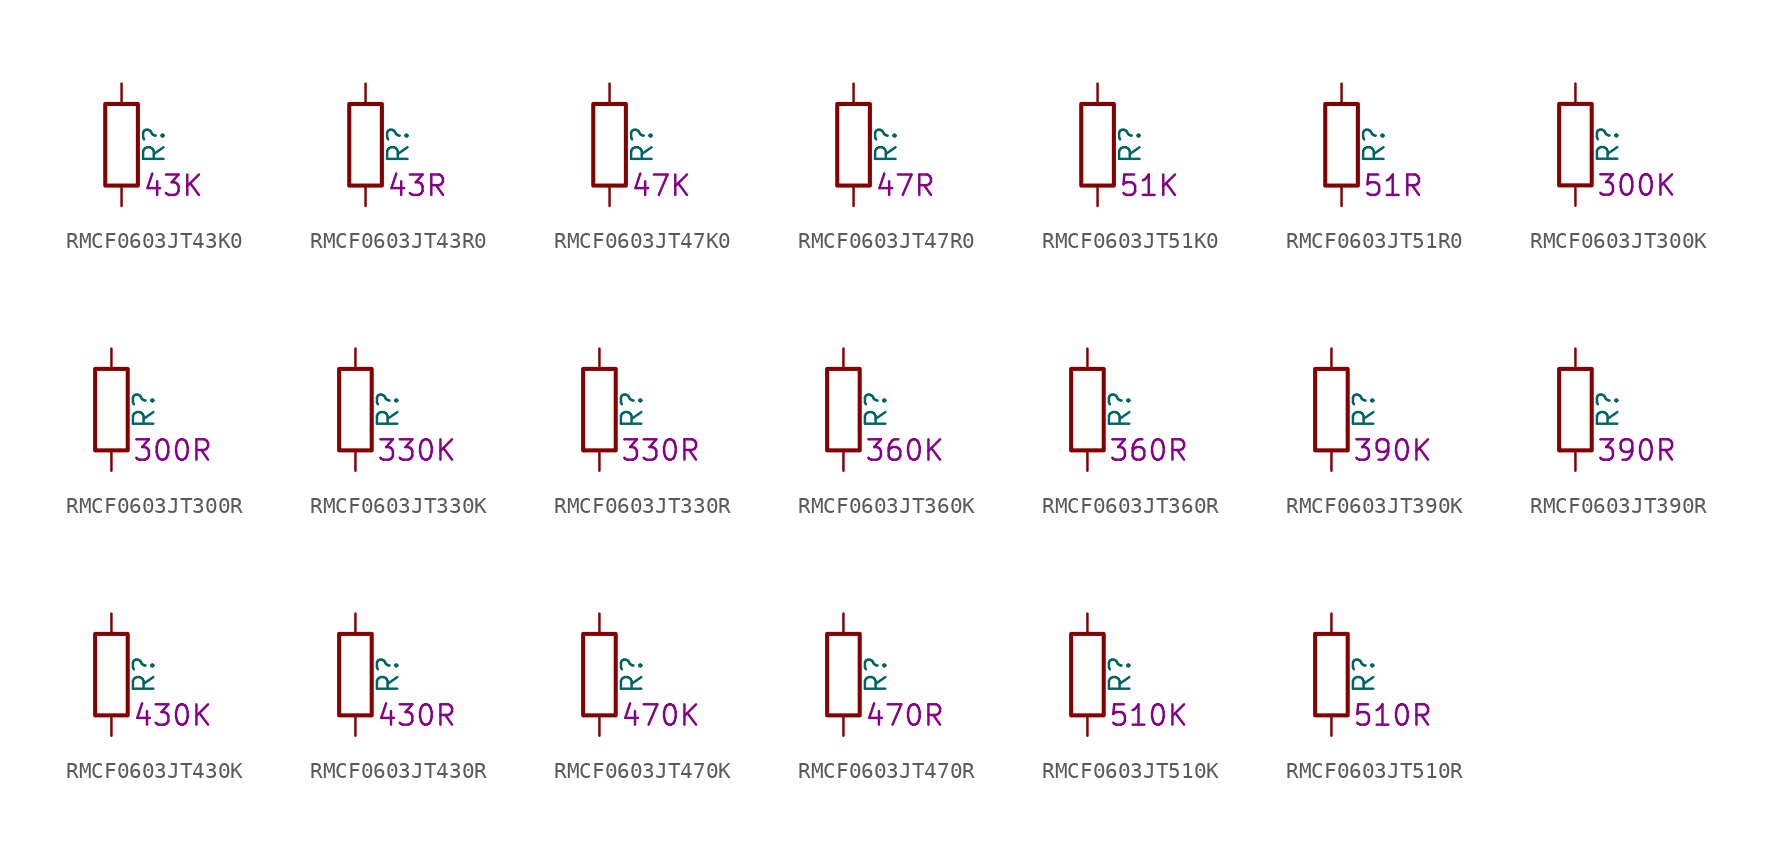
<source format=kicad_sym>
(kicad_symbol_lib
  (version 20220914)
  (generator kicad_symbol_editor)
  (symbol "RMCF0603JT43K0"
    (pin_numbers hide)
    (pin_names
      (offset 0))
    (property "Reference" "R"
      (at 2.032 0 90)
      (effects (font (size 1.27 1.27))))
    (property "Resistance" "43K"
      (at 1.27 -2.54 0)
      (effects (font (size 1.27 1.27)) (justify left)))
    (symbol "RMCF0603JT43K0_0_1"
      (rectangle (start -1.016 -2.54) (end 1.016 2.54) (stroke (width 0.254) (type default)) (fill (type none))))
    (symbol "RMCF0603JT43K0_1_1"
      (pin passive line (at 0 3.81 270) (length 1.27) (name "~" (effects (font (size 1.27 1.27)))) (number "1" (effects (font (size 1.27 1.27)))))
      (pin passive line (at 0 -3.81 90) (length 1.27) (name "~" (effects (font (size 1.27 1.27)))) (number "2" (effects (font (size 1.27 1.27)))))))
  (symbol "RMCF0603JT43R0"
    (pin_numbers hide)
    (pin_names
      (offset 0))
    (property "Reference" "R"
      (at 2.032 0 90)
      (effects (font (size 1.27 1.27))))
    (property "Resistance" "43R"
      (at 1.27 -2.54 0)
      (effects (font (size 1.27 1.27)) (justify left)))
    (symbol "RMCF0603JT43R0_0_1"
      (rectangle (start -1.016 -2.54) (end 1.016 2.54) (stroke (width 0.254) (type default)) (fill (type none))))
    (symbol "RMCF0603JT43R0_1_1"
      (pin passive line (at 0 3.81 270) (length 1.27) (name "~" (effects (font (size 1.27 1.27)))) (number "1" (effects (font (size 1.27 1.27)))))
      (pin passive line (at 0 -3.81 90) (length 1.27) (name "~" (effects (font (size 1.27 1.27)))) (number "2" (effects (font (size 1.27 1.27)))))))
  (symbol "RMCF0603JT47K0"
    (pin_numbers hide)
    (pin_names
      (offset 0))
    (property "Reference" "R"
      (at 2.032 0 90)
      (effects (font (size 1.27 1.27))))
    (property "Resistance" "47K"
      (at 1.27 -2.54 0)
      (effects (font (size 1.27 1.27)) (justify left)))
    (symbol "RMCF0603JT47K0_0_1"
      (rectangle (start -1.016 -2.54) (end 1.016 2.54) (stroke (width 0.254) (type default)) (fill (type none))))
    (symbol "RMCF0603JT47K0_1_1"
      (pin passive line (at 0 3.81 270) (length 1.27) (name "~" (effects (font (size 1.27 1.27)))) (number "1" (effects (font (size 1.27 1.27)))))
      (pin passive line (at 0 -3.81 90) (length 1.27) (name "~" (effects (font (size 1.27 1.27)))) (number "2" (effects (font (size 1.27 1.27)))))))
  (symbol "RMCF0603JT47R0"
    (pin_numbers hide)
    (pin_names
      (offset 0))
    (property "Reference" "R"
      (at 2.032 0 90)
      (effects (font (size 1.27 1.27))))
    (property "Resistance" "47R"
      (at 1.27 -2.54 0)
      (effects (font (size 1.27 1.27)) (justify left)))
    (symbol "RMCF0603JT47R0_0_1"
      (rectangle (start -1.016 -2.54) (end 1.016 2.54) (stroke (width 0.254) (type default)) (fill (type none))))
    (symbol "RMCF0603JT47R0_1_1"
      (pin passive line (at 0 3.81 270) (length 1.27) (name "~" (effects (font (size 1.27 1.27)))) (number "1" (effects (font (size 1.27 1.27)))))
      (pin passive line (at 0 -3.81 90) (length 1.27) (name "~" (effects (font (size 1.27 1.27)))) (number "2" (effects (font (size 1.27 1.27)))))))
  (symbol "RMCF0603JT51K0"
    (pin_numbers hide)
    (pin_names
      (offset 0))
    (property "Reference" "R"
      (at 2.032 0 90)
      (effects (font (size 1.27 1.27))))
    (property "Resistance" "51K"
      (at 1.27 -2.54 0)
      (effects (font (size 1.27 1.27)) (justify left)))
    (symbol "RMCF0603JT51K0_0_1"
      (rectangle (start -1.016 -2.54) (end 1.016 2.54) (stroke (width 0.254) (type default)) (fill (type none))))
    (symbol "RMCF0603JT51K0_1_1"
      (pin passive line (at 0 3.81 270) (length 1.27) (name "~" (effects (font (size 1.27 1.27)))) (number "1" (effects (font (size 1.27 1.27)))))
      (pin passive line (at 0 -3.81 90) (length 1.27) (name "~" (effects (font (size 1.27 1.27)))) (number "2" (effects (font (size 1.27 1.27)))))))
  (symbol "RMCF0603JT51R0"
    (pin_numbers hide)
    (pin_names
      (offset 0))
    (property "Reference" "R"
      (at 2.032 0 90)
      (effects (font (size 1.27 1.27))))
    (property "Resistance" "51R"
      (at 1.27 -2.54 0)
      (effects (font (size 1.27 1.27)) (justify left)))
    (symbol "RMCF0603JT51R0_0_1"
      (rectangle (start -1.016 -2.54) (end 1.016 2.54) (stroke (width 0.254) (type default)) (fill (type none))))
    (symbol "RMCF0603JT51R0_1_1"
      (pin passive line (at 0 3.81 270) (length 1.27) (name "~" (effects (font (size 1.27 1.27)))) (number "1" (effects (font (size 1.27 1.27)))))
      (pin passive line (at 0 -3.81 90) (length 1.27) (name "~" (effects (font (size 1.27 1.27)))) (number "2" (effects (font (size 1.27 1.27)))))))
  (symbol "RMCF0603JT300K"
    (pin_numbers hide)
    (pin_names
      (offset 0))
    (property "Reference" "R"
      (at 2.032 0 90)
      (effects (font (size 1.27 1.27))))
    (property "Resistance" "300K"
      (at 1.27 -2.54 0)
      (effects (font (size 1.27 1.27)) (justify left)))
    (symbol "RMCF0603JT300K_0_1"
      (rectangle (start -1.016 -2.54) (end 1.016 2.54) (stroke (width 0.254) (type default)) (fill (type none))))
    (symbol "RMCF0603JT300K_1_1"
      (pin passive line (at 0 3.81 270) (length 1.27) (name "~" (effects (font (size 1.27 1.27)))) (number "1" (effects (font (size 1.27 1.27)))))
      (pin passive line (at 0 -3.81 90) (length 1.27) (name "~" (effects (font (size 1.27 1.27)))) (number "2" (effects (font (size 1.27 1.27)))))))
  (symbol "RMCF0603JT300R"
    (pin_numbers hide)
    (pin_names
      (offset 0))
    (property "Reference" "R"
      (at 2.032 0 90)
      (effects (font (size 1.27 1.27))))
    (property "Resistance" "300R"
      (at 1.27 -2.54 0)
      (effects (font (size 1.27 1.27)) (justify left)))
    (symbol "RMCF0603JT300R_0_1"
      (rectangle (start -1.016 -2.54) (end 1.016 2.54) (stroke (width 0.254) (type default)) (fill (type none))))
    (symbol "RMCF0603JT300R_1_1"
      (pin passive line (at 0 3.81 270) (length 1.27) (name "~" (effects (font (size 1.27 1.27)))) (number "1" (effects (font (size 1.27 1.27)))))
      (pin passive line (at 0 -3.81 90) (length 1.27) (name "~" (effects (font (size 1.27 1.27)))) (number "2" (effects (font (size 1.27 1.27)))))))
  (symbol "RMCF0603JT330K"
    (pin_numbers hide)
    (pin_names
      (offset 0))
    (property "Reference" "R"
      (at 2.032 0 90)
      (effects (font (size 1.27 1.27))))
    (property "Resistance" "330K"
      (at 1.27 -2.54 0)
      (effects (font (size 1.27 1.27)) (justify left)))
    (symbol "RMCF0603JT330K_0_1"
      (rectangle (start -1.016 -2.54) (end 1.016 2.54) (stroke (width 0.254) (type default)) (fill (type none))))
    (symbol "RMCF0603JT330K_1_1"
      (pin passive line (at 0 3.81 270) (length 1.27) (name "~" (effects (font (size 1.27 1.27)))) (number "1" (effects (font (size 1.27 1.27)))))
      (pin passive line (at 0 -3.81 90) (length 1.27) (name "~" (effects (font (size 1.27 1.27)))) (number "2" (effects (font (size 1.27 1.27)))))))
  (symbol "RMCF0603JT330R"
    (pin_numbers hide)
    (pin_names
      (offset 0))
    (property "Reference" "R"
      (at 2.032 0 90)
      (effects (font (size 1.27 1.27))))
    (property "Resistance" "330R"
      (at 1.27 -2.54 0)
      (effects (font (size 1.27 1.27)) (justify left)))
    (symbol "RMCF0603JT330R_0_1"
      (rectangle (start -1.016 -2.54) (end 1.016 2.54) (stroke (width 0.254) (type default)) (fill (type none))))
    (symbol "RMCF0603JT330R_1_1"
      (pin passive line (at 0 3.81 270) (length 1.27) (name "~" (effects (font (size 1.27 1.27)))) (number "1" (effects (font (size 1.27 1.27)))))
      (pin passive line (at 0 -3.81 90) (length 1.27) (name "~" (effects (font (size 1.27 1.27)))) (number "2" (effects (font (size 1.27 1.27)))))))
  (symbol "RMCF0603JT360K"
    (pin_numbers hide)
    (pin_names
      (offset 0))
    (property "Reference" "R"
      (at 2.032 0 90)
      (effects (font (size 1.27 1.27))))
    (property "Resistance" "360K"
      (at 1.27 -2.54 0)
      (effects (font (size 1.27 1.27)) (justify left)))
    (symbol "RMCF0603JT360K_0_1"
      (rectangle (start -1.016 -2.54) (end 1.016 2.54) (stroke (width 0.254) (type default)) (fill (type none))))
    (symbol "RMCF0603JT360K_1_1"
      (pin passive line (at 0 3.81 270) (length 1.27) (name "~" (effects (font (size 1.27 1.27)))) (number "1" (effects (font (size 1.27 1.27)))))
      (pin passive line (at 0 -3.81 90) (length 1.27) (name "~" (effects (font (size 1.27 1.27)))) (number "2" (effects (font (size 1.27 1.27)))))))
  (symbol "RMCF0603JT360R"
    (pin_numbers hide)
    (pin_names
      (offset 0))
    (property "Reference" "R"
      (at 2.032 0 90)
      (effects (font (size 1.27 1.27))))
    (property "Resistance" "360R"
      (at 1.27 -2.54 0)
      (effects (font (size 1.27 1.27)) (justify left)))
    (symbol "RMCF0603JT360R_0_1"
      (rectangle (start -1.016 -2.54) (end 1.016 2.54) (stroke (width 0.254) (type default)) (fill (type none))))
    (symbol "RMCF0603JT360R_1_1"
      (pin passive line (at 0 3.81 270) (length 1.27) (name "~" (effects (font (size 1.27 1.27)))) (number "1" (effects (font (size 1.27 1.27)))))
      (pin passive line (at 0 -3.81 90) (length 1.27) (name "~" (effects (font (size 1.27 1.27)))) (number "2" (effects (font (size 1.27 1.27)))))))
  (symbol "RMCF0603JT390K"
    (pin_numbers hide)
    (pin_names
      (offset 0))
    (property "Reference" "R"
      (at 2.032 0 90)
      (effects (font (size 1.27 1.27))))
    (property "Resistance" "390K"
      (at 1.27 -2.54 0)
      (effects (font (size 1.27 1.27)) (justify left)))
    (symbol "RMCF0603JT390K_0_1"
      (rectangle (start -1.016 -2.54) (end 1.016 2.54) (stroke (width 0.254) (type default)) (fill (type none))))
    (symbol "RMCF0603JT390K_1_1"
      (pin passive line (at 0 3.81 270) (length 1.27) (name "~" (effects (font (size 1.27 1.27)))) (number "1" (effects (font (size 1.27 1.27)))))
      (pin passive line (at 0 -3.81 90) (length 1.27) (name "~" (effects (font (size 1.27 1.27)))) (number "2" (effects (font (size 1.27 1.27)))))))
  (symbol "RMCF0603JT390R"
    (pin_numbers hide)
    (pin_names
      (offset 0))
    (property "Reference" "R"
      (at 2.032 0 90)
      (effects (font (size 1.27 1.27))))
    (property "Resistance" "390R"
      (at 1.27 -2.54 0)
      (effects (font (size 1.27 1.27)) (justify left)))
    (symbol "RMCF0603JT390R_0_1"
      (rectangle (start -1.016 -2.54) (end 1.016 2.54) (stroke (width 0.254) (type default)) (fill (type none))))
    (symbol "RMCF0603JT390R_1_1"
      (pin passive line (at 0 3.81 270) (length 1.27) (name "~" (effects (font (size 1.27 1.27)))) (number "1" (effects (font (size 1.27 1.27)))))
      (pin passive line (at 0 -3.81 90) (length 1.27) (name "~" (effects (font (size 1.27 1.27)))) (number "2" (effects (font (size 1.27 1.27)))))))
  (symbol "RMCF0603JT430K"
    (pin_numbers hide)
    (pin_names
      (offset 0))
    (property "Reference" "R"
      (at 2.032 0 90)
      (effects (font (size 1.27 1.27))))
    (property "Resistance" "430K"
      (at 1.27 -2.54 0)
      (effects (font (size 1.27 1.27)) (justify left)))
    (symbol "RMCF0603JT430K_0_1"
      (rectangle (start -1.016 -2.54) (end 1.016 2.54) (stroke (width 0.254) (type default)) (fill (type none))))
    (symbol "RMCF0603JT430K_1_1"
      (pin passive line (at 0 3.81 270) (length 1.27) (name "~" (effects (font (size 1.27 1.27)))) (number "1" (effects (font (size 1.27 1.27)))))
      (pin passive line (at 0 -3.81 90) (length 1.27) (name "~" (effects (font (size 1.27 1.27)))) (number "2" (effects (font (size 1.27 1.27)))))))
  (symbol "RMCF0603JT430R"
    (pin_numbers hide)
    (pin_names
      (offset 0))
    (property "Reference" "R"
      (at 2.032 0 90)
      (effects (font (size 1.27 1.27))))
    (property "Resistance" "430R"
      (at 1.27 -2.54 0)
      (effects (font (size 1.27 1.27)) (justify left)))
    (symbol "RMCF0603JT430R_0_1"
      (rectangle (start -1.016 -2.54) (end 1.016 2.54) (stroke (width 0.254) (type default)) (fill (type none))))
    (symbol "RMCF0603JT430R_1_1"
      (pin passive line (at 0 3.81 270) (length 1.27) (name "~" (effects (font (size 1.27 1.27)))) (number "1" (effects (font (size 1.27 1.27)))))
      (pin passive line (at 0 -3.81 90) (length 1.27) (name "~" (effects (font (size 1.27 1.27)))) (number "2" (effects (font (size 1.27 1.27)))))))
  (symbol "RMCF0603JT470K"
    (pin_numbers hide)
    (pin_names
      (offset 0))
    (property "Reference" "R"
      (at 2.032 0 90)
      (effects (font (size 1.27 1.27))))
    (property "Resistance" "470K"
      (at 1.27 -2.54 0)
      (effects (font (size 1.27 1.27)) (justify left)))
    (symbol "RMCF0603JT470K_0_1"
      (rectangle (start -1.016 -2.54) (end 1.016 2.54) (stroke (width 0.254) (type default)) (fill (type none))))
    (symbol "RMCF0603JT470K_1_1"
      (pin passive line (at 0 3.81 270) (length 1.27) (name "~" (effects (font (size 1.27 1.27)))) (number "1" (effects (font (size 1.27 1.27)))))
      (pin passive line (at 0 -3.81 90) (length 1.27) (name "~" (effects (font (size 1.27 1.27)))) (number "2" (effects (font (size 1.27 1.27)))))))
  (symbol "RMCF0603JT470R"
    (pin_numbers hide)
    (pin_names
      (offset 0))
    (property "Reference" "R"
      (at 2.032 0 90)
      (effects (font (size 1.27 1.27))))
    (property "Resistance" "470R"
      (at 1.27 -2.54 0)
      (effects (font (size 1.27 1.27)) (justify left)))
    (symbol "RMCF0603JT470R_0_1"
      (rectangle (start -1.016 -2.54) (end 1.016 2.54) (stroke (width 0.254) (type default)) (fill (type none))))
    (symbol "RMCF0603JT470R_1_1"
      (pin passive line (at 0 3.81 270) (length 1.27) (name "~" (effects (font (size 1.27 1.27)))) (number "1" (effects (font (size 1.27 1.27)))))
      (pin passive line (at 0 -3.81 90) (length 1.27) (name "~" (effects (font (size 1.27 1.27)))) (number "2" (effects (font (size 1.27 1.27)))))))
  (symbol "RMCF0603JT510K"
    (pin_numbers hide)
    (pin_names
      (offset 0))
    (property "Reference" "R"
      (at 2.032 0 90)
      (effects (font (size 1.27 1.27))))
    (property "Resistance" "510K"
      (at 1.27 -2.54 0)
      (effects (font (size 1.27 1.27)) (justify left)))
    (symbol "RMCF0603JT510K_0_1"
      (rectangle (start -1.016 -2.54) (end 1.016 2.54) (stroke (width 0.254) (type default)) (fill (type none))))
    (symbol "RMCF0603JT510K_1_1"
      (pin passive line (at 0 3.81 270) (length 1.27) (name "~" (effects (font (size 1.27 1.27)))) (number "1" (effects (font (size 1.27 1.27)))))
      (pin passive line (at 0 -3.81 90) (length 1.27) (name "~" (effects (font (size 1.27 1.27)))) (number "2" (effects (font (size 1.27 1.27)))))))
  (symbol "RMCF0603JT510R"
    (pin_numbers hide)
    (pin_names
      (offset 0))
    (property "Reference" "R"
      (at 2.032 0 90)
      (effects (font (size 1.27 1.27))))
    (property "Resistance" "510R"
      (at 1.27 -2.54 0)
      (effects (font (size 1.27 1.27)) (justify left)))
    (symbol "RMCF0603JT510R_0_1"
      (rectangle (start -1.016 -2.54) (end 1.016 2.54) (stroke (width 0.254) (type default)) (fill (type none))))
    (symbol "RMCF0603JT510R_1_1"
      (pin passive line (at 0 3.81 270) (length 1.27) (name "~" (effects (font (size 1.27 1.27)))) (number "1" (effects (font (size 1.27 1.27)))))
      (pin passive line (at 0 -3.81 90) (length 1.27) (name "~" (effects (font (size 1.27 1.27)))) (number "2" (effects (font (size 1.27 1.27))))))))
</source>
